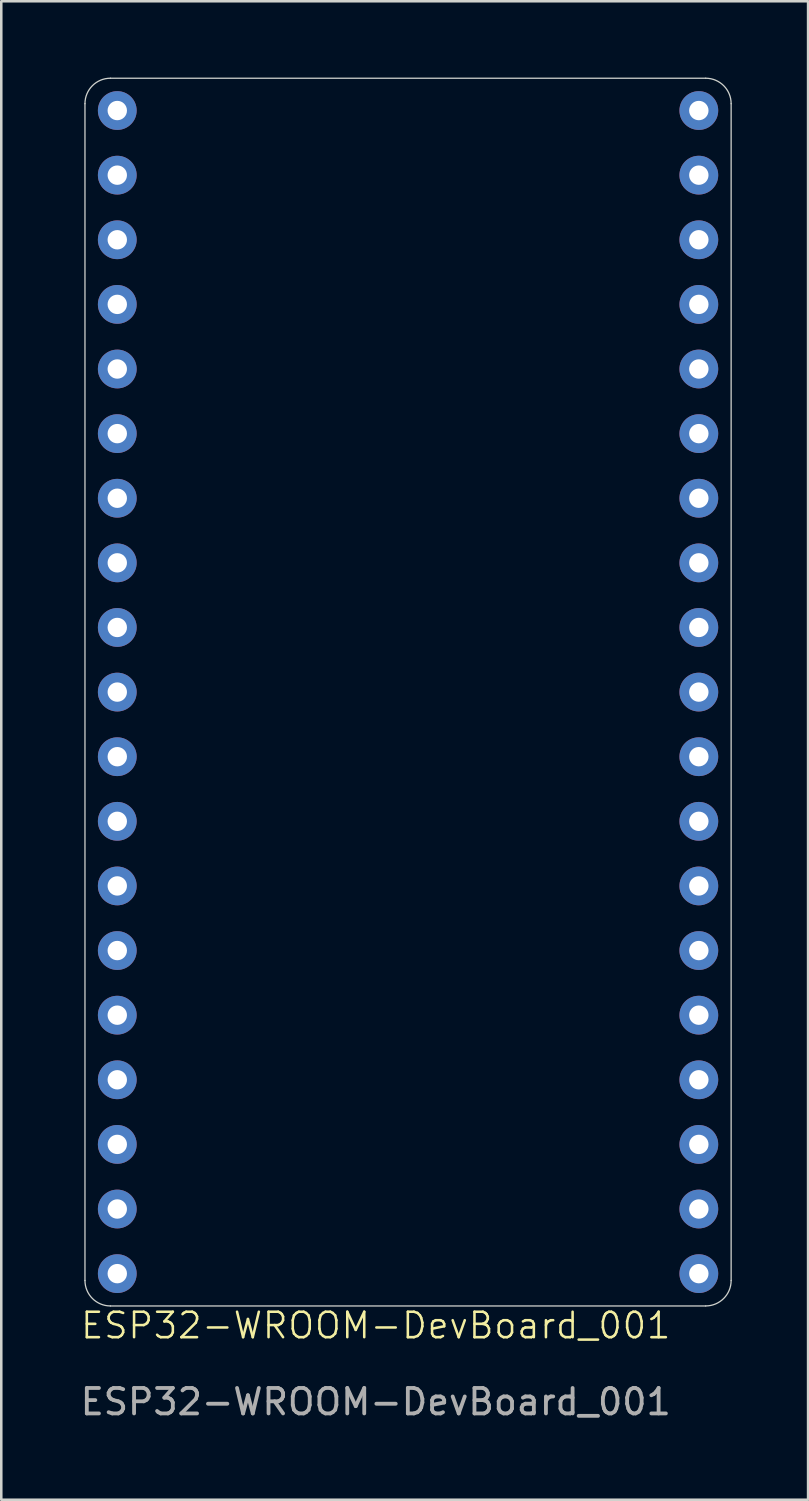
<source format=kicad_pcb>
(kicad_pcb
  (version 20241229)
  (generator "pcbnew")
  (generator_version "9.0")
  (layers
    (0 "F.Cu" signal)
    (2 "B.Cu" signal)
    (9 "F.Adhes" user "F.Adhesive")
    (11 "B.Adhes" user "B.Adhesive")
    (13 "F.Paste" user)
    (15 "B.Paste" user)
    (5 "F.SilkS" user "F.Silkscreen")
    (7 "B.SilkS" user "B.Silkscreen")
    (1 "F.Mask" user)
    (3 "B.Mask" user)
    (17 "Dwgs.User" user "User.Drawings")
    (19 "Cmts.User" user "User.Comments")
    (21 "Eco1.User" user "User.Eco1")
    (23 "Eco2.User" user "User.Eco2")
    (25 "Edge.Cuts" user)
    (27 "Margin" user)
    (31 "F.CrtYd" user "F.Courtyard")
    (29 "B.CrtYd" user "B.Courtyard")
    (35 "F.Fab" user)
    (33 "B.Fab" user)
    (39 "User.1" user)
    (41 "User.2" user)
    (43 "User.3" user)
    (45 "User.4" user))
  (footprint "ESP32-WROOM-DevBoard_001"
    (layer "F.Cu")
    (at 11.72 49.555)
    (property "Reference" "ESP32-WROOM-DevBoard_001" (at 0 -0.5 0) (unlocked yes) (layer "F.SilkS") (effects (font (size 1 1) (thickness 0.1))))
    (attr through_hole)
    (fp_line (start -11.43 -2.27) (end -11.43 -48.53) (stroke (width 0.05) (type default)) (layer "Edge.Cuts"))
    (fp_line (start -10.43 -49.53) (end 12.97 -49.53) (stroke (width 0.05) (type default)) (layer "Edge.Cuts"))
    (fp_line (start 12.97 -1.27) (end -10.43 -1.27) (stroke (width 0.05) (type default)) (layer "Edge.Cuts"))
    (fp_line (start 13.97 -48.53) (end 13.97 -2.27) (stroke (width 0.05) (type default)) (layer "Edge.Cuts"))
    (fp_arc (start -11.43 -48.53) (mid -11.137107 -49.237107) (end -10.43 -49.53) (stroke (width 0.05) (type default)) (layer "Edge.Cuts"))
    (fp_arc (start -10.43 -1.27) (mid -11.137107 -1.562893) (end -11.43 -2.27) (stroke (width 0.05) (type default)) (layer "Edge.Cuts"))
    (fp_arc (start 12.97 -49.53) (mid 13.677107 -49.237107) (end 13.97 -48.53) (stroke (width 0.05) (type default)) (layer "Edge.Cuts"))
    (fp_arc (start 13.97 -2.27) (mid 13.677107 -1.562893) (end 12.97 -1.27) (stroke (width 0.05) (type default)) (layer "Edge.Cuts"))
    (fp_text user "${REFERENCE}" (at 0 2.5 0) (unlocked yes) (layer "F.Fab") (effects (font (size 1 1) (thickness 0.15))))
    (pad "1" thru_hole circle (at -10.16 -48.26) (size 1.524 1.524) (drill 0.762) (layers "*.Cu" "*.Mask"))
    (pad "2" thru_hole circle (at -10.16 -45.72) (size 1.524 1.524) (drill 0.762) (layers "*.Cu" "*.Mask"))
    (pad "3" thru_hole circle (at -10.16 -43.18) (size 1.524 1.524) (drill 0.762) (layers "*.Cu" "*.Mask"))
    (pad "4" thru_hole circle (at -10.16 -40.64) (size 1.524 1.524) (drill 0.762) (layers "*.Cu" "*.Mask"))
    (pad "5" thru_hole circle (at -10.16 -38.1) (size 1.524 1.524) (drill 0.762) (layers "*.Cu" "*.Mask"))
    (pad "6" thru_hole circle (at -10.16 -35.56) (size 1.524 1.524) (drill 0.762) (layers "*.Cu" "*.Mask"))
    (pad "7" thru_hole circle (at -10.16 -33.02) (size 1.524 1.524) (drill 0.762) (layers "*.Cu" "*.Mask"))
    (pad "8" thru_hole circle (at -10.16 -30.48) (size 1.524 1.524) (drill 0.762) (layers "*.Cu" "*.Mask"))
    (pad "9" thru_hole circle (at -10.16 -27.94) (size 1.524 1.524) (drill 0.762) (layers "*.Cu" "*.Mask"))
    (pad "10" thru_hole circle (at -10.16 -25.4) (size 1.524 1.524) (drill 0.762) (layers "*.Cu" "*.Mask"))
    (pad "11" thru_hole circle (at -10.16 -22.86) (size 1.524 1.524) (drill 0.762) (layers "*.Cu" "*.Mask"))
    (pad "12" thru_hole circle (at -10.16 -20.32) (size 1.524 1.524) (drill 0.762) (layers "*.Cu" "*.Mask"))
    (pad "13" thru_hole circle (at -10.16 -17.78) (size 1.524 1.524) (drill 0.762) (layers "*.Cu" "*.Mask"))
    (pad "14" thru_hole circle (at -10.16 -15.24) (size 1.524 1.524) (drill 0.762) (layers "*.Cu" "*.Mask"))
    (pad "15" thru_hole circle (at -10.16 -12.7) (size 1.524 1.524) (drill 0.762) (layers "*.Cu" "*.Mask"))
    (pad "16" thru_hole circle (at -10.16 -10.16) (size 1.524 1.524) (drill 0.762) (layers "*.Cu" "*.Mask"))
    (pad "17" thru_hole circle (at -10.16 -7.62) (size 1.524 1.524) (drill 0.762) (layers "*.Cu" "*.Mask"))
    (pad "18" thru_hole circle (at -10.16 -5.08) (size 1.524 1.524) (drill 0.762) (layers "*.Cu" "*.Mask"))
    (pad "19" thru_hole circle (at -10.16 -2.54) (size 1.524 1.524) (drill 0.762) (layers "*.Cu" "*.Mask"))
    (pad "20" thru_hole circle (at 12.7 -2.54) (size 1.524 1.524) (drill 0.762) (layers "*.Cu" "*.Mask"))
    (pad "21" thru_hole circle (at 12.7 -5.08) (size 1.524 1.524) (drill 0.762) (layers "*.Cu" "*.Mask"))
    (pad "22" thru_hole circle (at 12.7 -7.62) (size 1.524 1.524) (drill 0.762) (layers "*.Cu" "*.Mask"))
    (pad "23" thru_hole circle (at 12.7 -10.16) (size 1.524 1.524) (drill 0.762) (layers "*.Cu" "*.Mask"))
    (pad "24" thru_hole circle (at 12.7 -12.7) (size 1.524 1.524) (drill 0.762) (layers "*.Cu" "*.Mask"))
    (pad "25" thru_hole circle (at 12.7 -15.24) (size 1.524 1.524) (drill 0.762) (layers "*.Cu" "*.Mask"))
    (pad "26" thru_hole circle (at 12.7 -17.78) (size 1.524 1.524) (drill 0.762) (layers "*.Cu" "*.Mask"))
    (pad "27" thru_hole circle (at 12.7 -20.32) (size 1.524 1.524) (drill 0.762) (layers "*.Cu" "*.Mask"))
    (pad "28" thru_hole circle (at 12.7 -22.86) (size 1.524 1.524) (drill 0.762) (layers "*.Cu" "*.Mask"))
    (pad "29" thru_hole circle (at 12.7 -25.4) (size 1.524 1.524) (drill 0.762) (layers "*.Cu" "*.Mask"))
    (pad "30" thru_hole circle (at 12.7 -27.94) (size 1.524 1.524) (drill 0.762) (layers "*.Cu" "*.Mask"))
    (pad "31" thru_hole circle (at 12.7 -30.48) (size 1.524 1.524) (drill 0.762) (layers "*.Cu" "*.Mask"))
    (pad "32" thru_hole circle (at 12.7 -33.02) (size 1.524 1.524) (drill 0.762) (layers "*.Cu" "*.Mask"))
    (pad "33" thru_hole circle (at 12.7 -35.56) (size 1.524 1.524) (drill 0.762) (layers "*.Cu" "*.Mask"))
    (pad "34" thru_hole circle (at 12.7 -38.1) (size 1.524 1.524) (drill 0.762) (layers "*.Cu" "*.Mask"))
    (pad "35" thru_hole circle (at 12.7 -40.64) (size 1.524 1.524) (drill 0.762) (layers "*.Cu" "*.Mask"))
    (pad "36" thru_hole circle (at 12.7 -43.18) (size 1.524 1.524) (drill 0.762) (layers "*.Cu" "*.Mask"))
    (pad "37" thru_hole circle (at 12.7 -45.72) (size 1.524 1.524) (drill 0.762) (layers "*.Cu" "*.Mask"))
    (pad "38" thru_hole circle (at 12.7 -48.26) (size 1.524 1.524) (drill 0.762) (layers "*.Cu" "*.Mask")))
  (gr_rect
    (start -3 -3)
    (end 28.715 55.903)
    (stroke (width 0.1) (type default))
    (fill no)
    (layer "Edge.Cuts")))
</source>
